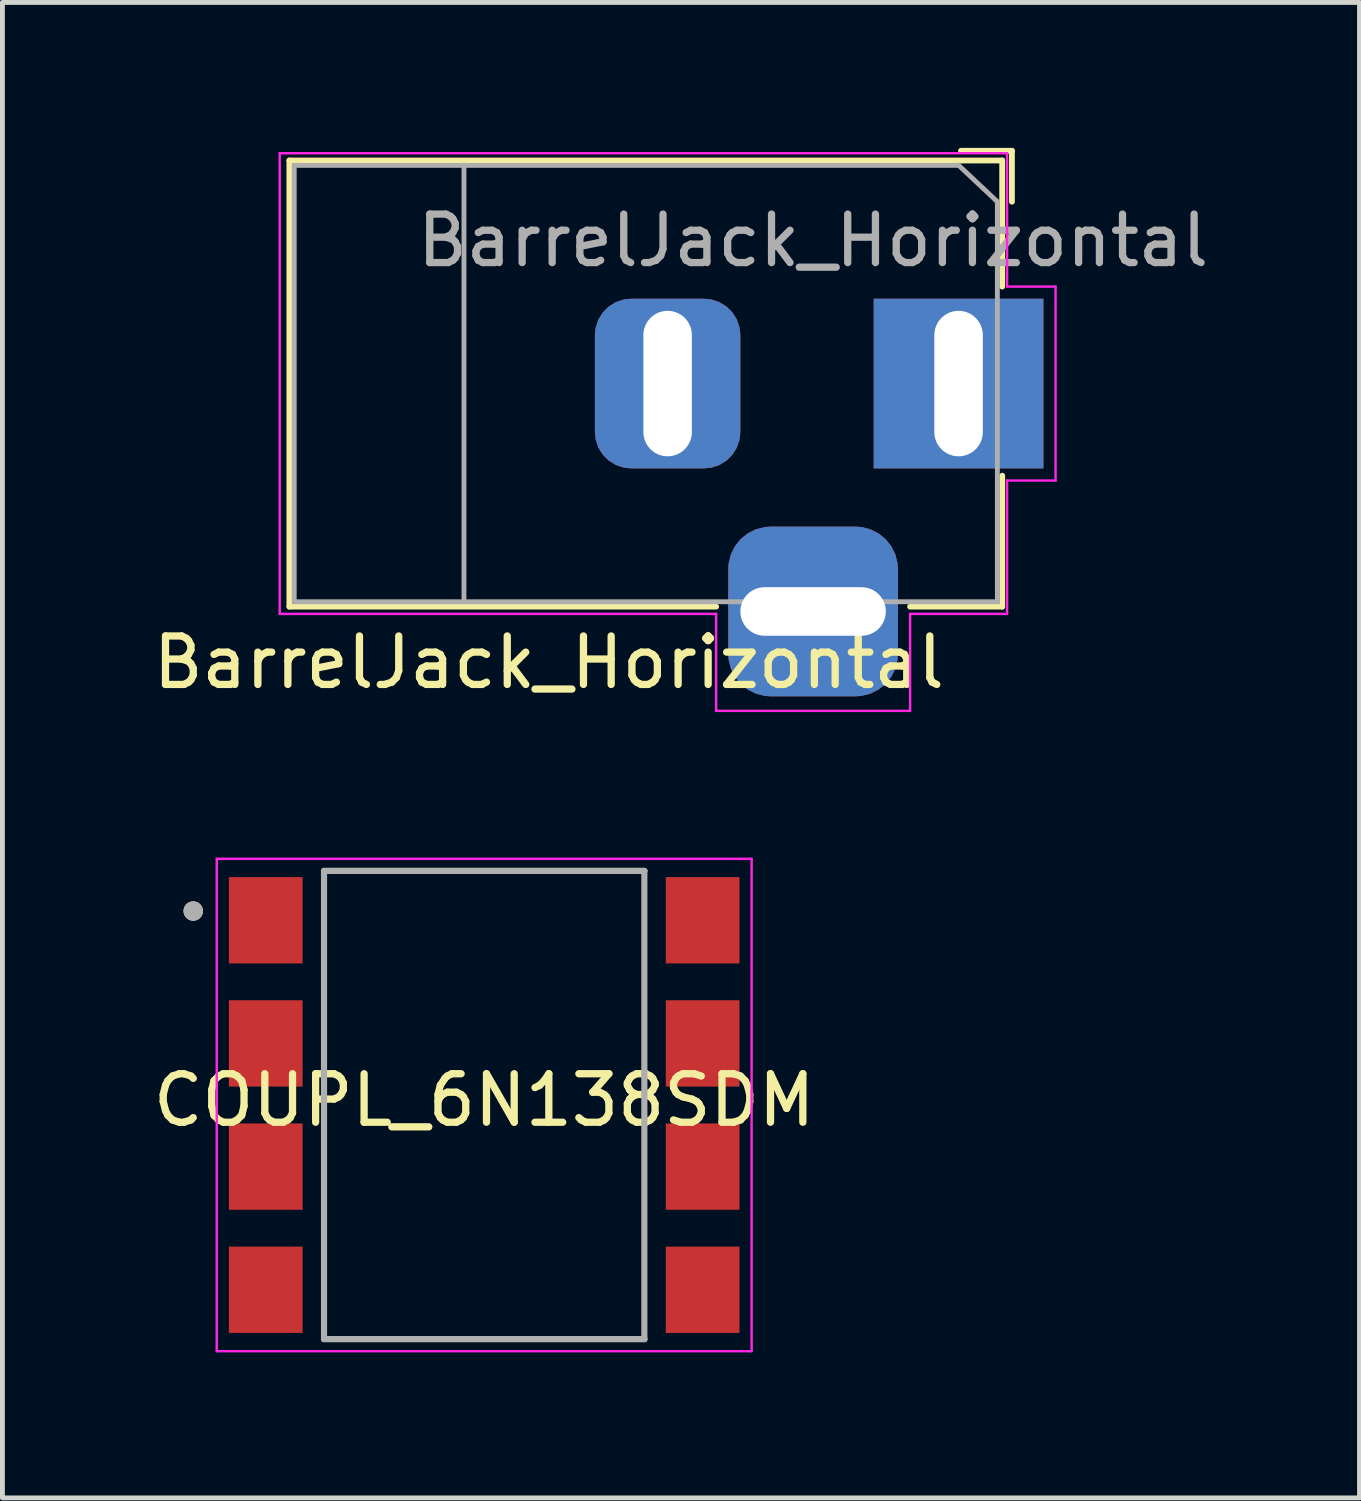
<source format=kicad_pcb>
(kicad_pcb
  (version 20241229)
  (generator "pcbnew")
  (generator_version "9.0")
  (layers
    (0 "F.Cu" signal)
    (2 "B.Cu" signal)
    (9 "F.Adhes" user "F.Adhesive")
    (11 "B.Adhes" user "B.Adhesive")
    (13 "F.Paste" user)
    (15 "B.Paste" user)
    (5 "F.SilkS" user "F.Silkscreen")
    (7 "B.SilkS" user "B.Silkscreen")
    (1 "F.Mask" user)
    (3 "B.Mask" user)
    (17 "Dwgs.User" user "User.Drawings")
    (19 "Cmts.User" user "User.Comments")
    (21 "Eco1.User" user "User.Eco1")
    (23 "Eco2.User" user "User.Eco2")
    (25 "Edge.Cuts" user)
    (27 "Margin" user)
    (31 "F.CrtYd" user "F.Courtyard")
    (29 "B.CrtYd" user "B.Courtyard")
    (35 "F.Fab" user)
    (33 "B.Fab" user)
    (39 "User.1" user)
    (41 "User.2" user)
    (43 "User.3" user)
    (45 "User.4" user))
  (footprint "BarrelJack_Horizontal"
    (layer "F.Cu")
    (at 16.718 4.86)
    (property "Reference" "BarrelJack_Horizontal" (at -8.45 5.75 0) (layer "F.SilkS") (effects (font (size 1 1) (thickness 0.15))))
    (attr through_hole)
    (fp_line (start -13.8 -4.6) (end 0.9 -4.6) (stroke (width 0.12) (type solid)) (layer "F.SilkS"))
    (fp_line (start -13.8 4.6) (end -13.8 -4.6) (stroke (width 0.12) (type solid)) (layer "F.SilkS"))
    (fp_line (start -5 4.6) (end -13.8 4.6) (stroke (width 0.12) (type solid)) (layer "F.SilkS"))
    (fp_line (start 0.05 -4.8) (end 1.1 -4.8) (stroke (width 0.12) (type solid)) (layer "F.SilkS"))
    (fp_line (start 0.9 -4.6) (end 0.9 -2) (stroke (width 0.12) (type solid)) (layer "F.SilkS"))
    (fp_line (start 0.9 1.9) (end 0.9 4.6) (stroke (width 0.12) (type solid)) (layer "F.SilkS"))
    (fp_line (start 0.9 4.6) (end -1 4.6) (stroke (width 0.12) (type solid)) (layer "F.SilkS"))
    (fp_line (start 1.1 -3.75) (end 1.1 -4.8) (stroke (width 0.12) (type solid)) (layer "F.SilkS"))
    (fp_line (start -14 4.75) (end -14 -4.75) (stroke (width 0.05) (type solid)) (layer "F.CrtYd"))
    (fp_line (start -5 4.75) (end -14 4.75) (stroke (width 0.05) (type solid)) (layer "F.CrtYd"))
    (fp_line (start -5 6.75) (end -5 4.75) (stroke (width 0.05) (type solid)) (layer "F.CrtYd"))
    (fp_line (start -1 4.75) (end -1 6.75) (stroke (width 0.05) (type solid)) (layer "F.CrtYd"))
    (fp_line (start -1 6.75) (end -5 6.75) (stroke (width 0.05) (type solid)) (layer "F.CrtYd"))
    (fp_line (start 1 -4.75) (end -14 -4.75) (stroke (width 0.05) (type solid)) (layer "F.CrtYd"))
    (fp_line (start 1 -4.5) (end 1 -4.75) (stroke (width 0.05) (type solid)) (layer "F.CrtYd"))
    (fp_line (start 1 -4.5) (end 1 -2) (stroke (width 0.05) (type solid)) (layer "F.CrtYd"))
    (fp_line (start 1 -2) (end 2 -2) (stroke (width 0.05) (type solid)) (layer "F.CrtYd"))
    (fp_line (start 1 2) (end 1 4.75) (stroke (width 0.05) (type solid)) (layer "F.CrtYd"))
    (fp_line (start 1 4.75) (end -1 4.75) (stroke (width 0.05) (type solid)) (layer "F.CrtYd"))
    (fp_line (start 2 -2) (end 2 2) (stroke (width 0.05) (type solid)) (layer "F.CrtYd"))
    (fp_line (start 2 2) (end 1 2) (stroke (width 0.05) (type solid)) (layer "F.CrtYd"))
    (fp_line (start -13.7 -4.5) (end -13.7 4.5) (stroke (width 0.1) (type solid)) (layer "F.Fab"))
    (fp_line (start -13.7 4.5) (end 0.8 4.5) (stroke (width 0.1) (type solid)) (layer "F.Fab"))
    (fp_line (start -10.2 -4.5) (end -10.2 4.5) (stroke (width 0.1) (type solid)) (layer "F.Fab"))
    (fp_line (start -0.003 -4.505) (end 0.8 -3.75) (stroke (width 0.1) (type solid)) (layer "F.Fab"))
    (fp_line (start 0 -4.5) (end -13.7 -4.5) (stroke (width 0.1) (type solid)) (layer "F.Fab"))
    (fp_line (start 0.8 4.5) (end 0.8 -3.75) (stroke (width 0.1) (type solid)) (layer "F.Fab"))
    (fp_text user "${REFERENCE}" (at -3 -2.95 0) (layer "F.Fab") (effects (font (size 1 1) (thickness 0.15))))
    (pad "1" thru_hole rect (at 0 0) (size 3.5 3.5) (drill oval 1 3) (layers "*.Cu" "*.Mask"))
    (pad "2" thru_hole roundrect (at -6 0) (size 3 3.5) (drill oval 1 3) (layers "*.Cu" "*.Mask") (roundrect_rratio 0.25))
    (pad "3" thru_hole roundrect (at -3 4.7) (size 3.5 3.5) (drill oval 3 1) (layers "*.Cu" "*.Mask") (roundrect_rratio 0.25)))
  (footprint "COUPL_6N138SDM"
    (layer "F.Cu")
    (at 6.935 19.738)
    (property "Reference" "COUPL_6N138SDM" (at 0 -0.1 0) (layer "F.SilkS") (effects (font (size 1 1) (thickness 0.15))))
    (attr through_hole)
    (fp_line (start -3.303 -4.827) (end 3.303 -4.827) (stroke (width 0.127) (type solid)) (layer "F.SilkS"))
    (fp_line (start -3.303 4.827) (end 3.303 4.827) (stroke (width 0.127) (type solid)) (layer "F.SilkS"))
    (fp_circle (center -6 -4) (end -5.9 -4) (stroke (width 0.2) (type solid)) (fill no) (layer "F.SilkS"))
    (fp_line (start -5.515 -5.077) (end 5.515 -5.077) (stroke (width 0.05) (type solid)) (layer "F.CrtYd"))
    (fp_line (start -5.515 5.077) (end -5.515 -5.077) (stroke (width 0.05) (type solid)) (layer "F.CrtYd"))
    (fp_line (start 5.515 -5.077) (end 5.515 5.077) (stroke (width 0.05) (type solid)) (layer "F.CrtYd"))
    (fp_line (start 5.515 5.077) (end -5.515 5.077) (stroke (width 0.05) (type solid)) (layer "F.CrtYd"))
    (fp_line (start -3.303 -4.827) (end -3.303 4.827) (stroke (width 0.127) (type solid)) (layer "F.Fab"))
    (fp_line (start -3.303 -4.827) (end 3.303 -4.827) (stroke (width 0.127) (type solid)) (layer "F.Fab"))
    (fp_line (start 3.303 4.827) (end -3.303 4.827) (stroke (width 0.127) (type solid)) (layer "F.Fab"))
    (fp_line (start 3.303 4.827) (end 3.303 -4.827) (stroke (width 0.127) (type solid)) (layer "F.Fab"))
    (fp_circle (center -6 -4) (end -5.9 -4) (stroke (width 0.2) (type solid)) (fill no) (layer "F.Fab"))
    (pad "1" smd rect (at -4.505 -3.81) (size 1.52 1.78) (layers "F.Cu" "F.Mask" "F.Paste"))
    (pad "2" smd rect (at -4.505 -1.27) (size 1.52 1.78) (layers "F.Cu" "F.Mask" "F.Paste"))
    (pad "3" smd rect (at -4.505 1.27) (size 1.52 1.78) (layers "F.Cu" "F.Mask" "F.Paste"))
    (pad "4" smd rect (at -4.505 3.81) (size 1.52 1.78) (layers "F.Cu" "F.Mask" "F.Paste"))
    (pad "5" smd rect (at 4.505 3.81) (size 1.52 1.78) (layers "F.Cu" "F.Mask" "F.Paste"))
    (pad "6" smd rect (at 4.505 1.27) (size 1.52 1.78) (layers "F.Cu" "F.Mask" "F.Paste"))
    (pad "7" smd rect (at 4.505 -1.27) (size 1.52 1.78) (layers "F.Cu" "F.Mask" "F.Paste"))
    (pad "8" smd rect (at 4.505 -3.81) (size 1.52 1.78) (layers "F.Cu" "F.Mask" "F.Paste")))
  (gr_rect
    (start -3 -3)
    (end 24.986 27.84)
    (stroke (width 0.1) (type default))
    (fill no)
    (layer "Edge.Cuts")))
</source>
